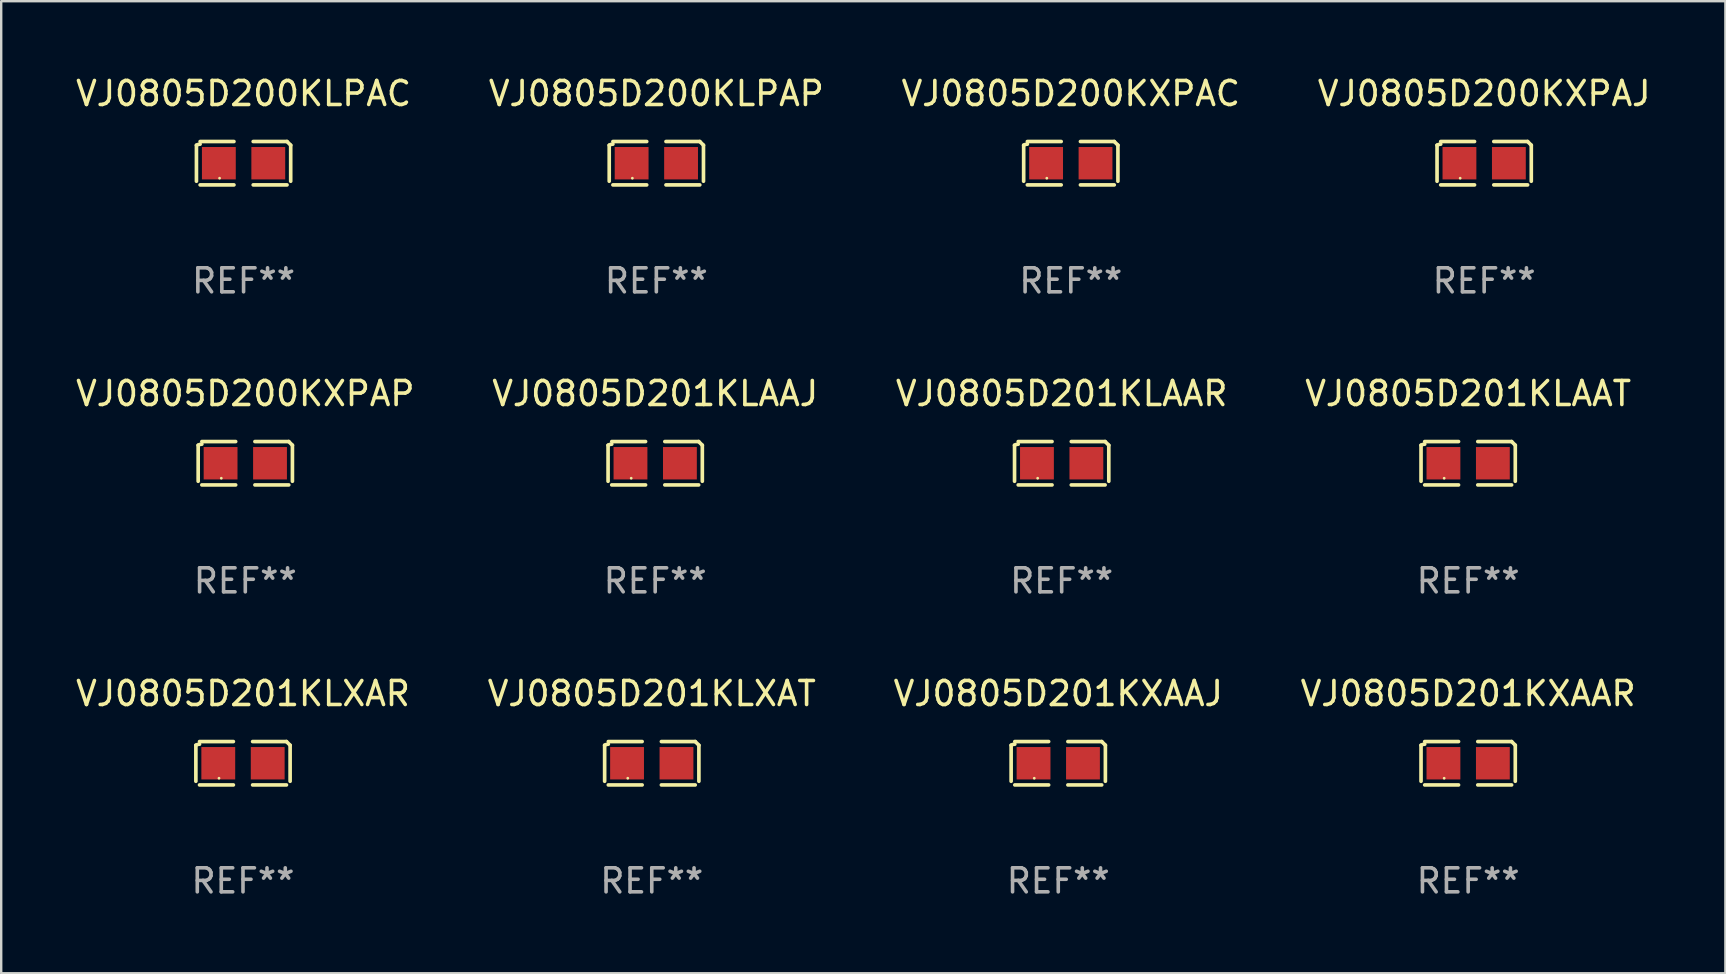
<source format=kicad_pcb>
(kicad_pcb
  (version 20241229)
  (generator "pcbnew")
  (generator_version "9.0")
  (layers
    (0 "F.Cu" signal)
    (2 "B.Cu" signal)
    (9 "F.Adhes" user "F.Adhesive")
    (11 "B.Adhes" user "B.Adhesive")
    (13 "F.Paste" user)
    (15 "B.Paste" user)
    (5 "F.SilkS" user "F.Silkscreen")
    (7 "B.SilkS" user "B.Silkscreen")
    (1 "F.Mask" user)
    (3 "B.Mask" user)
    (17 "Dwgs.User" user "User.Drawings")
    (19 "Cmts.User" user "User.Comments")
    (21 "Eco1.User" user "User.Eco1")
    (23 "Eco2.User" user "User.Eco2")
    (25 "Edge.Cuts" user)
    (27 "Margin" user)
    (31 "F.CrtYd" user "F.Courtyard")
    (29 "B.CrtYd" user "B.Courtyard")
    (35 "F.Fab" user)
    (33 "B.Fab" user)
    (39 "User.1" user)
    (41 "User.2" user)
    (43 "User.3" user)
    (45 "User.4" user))
  (footprint "VJ0805D200KXPAC"
    (layer "F.Cu")
    (at 41.577 3.752)
    (property "Reference" "VJ0805D200KXPAC" (at 0 -2.904 0) (layer "F.SilkS") (effects (font (size 1 1) (thickness 0.15))))
    (attr through_hole)
    (fp_line (start -1.964 0.751) (end -1.964 -0.751) (stroke (width 0.152) (type solid)) (layer "F.SilkS"))
    (fp_line (start -1.811 -0.904) (end -0.401 -0.904) (stroke (width 0.152) (type solid)) (layer "F.SilkS"))
    (fp_line (start -0.401 0.904) (end -1.811 0.904) (stroke (width 0.152) (type solid)) (layer "F.SilkS"))
    (fp_line (start 0.401 0.904) (end 1.811 0.904) (stroke (width 0.152) (type solid)) (layer "F.SilkS"))
    (fp_line (start 1.811 -0.904) (end 0.401 -0.904) (stroke (width 0.152) (type solid)) (layer "F.SilkS"))
    (fp_line (start 1.964 0.751) (end 1.964 -0.751) (stroke (width 0.152) (type solid)) (layer "F.SilkS"))
    (fp_arc (start -1.963602 -0.751207) (mid -1.890354 -0.783131) (end -1.811201 -0.794044) (stroke (width 0.1524) (type solid)) (layer "F.SilkS"))
    (fp_arc (start 1.811202 -0.903607) (mid 1.887413 -0.827418) (end 1.963602 -0.751207) (stroke (width 0.1524) (type solid)) (layer "F.SilkS"))
    (fp_circle (center -1 0.625) (end -0.97 0.625) (stroke (width 0.06) (type solid)) (fill no) (layer "F.SilkS"))
    (fp_text user "REF**" (at 0 4.904 0) (layer "F.Fab") (effects (font (size 1 1) (thickness 0.15))))
    (pad "1" smd rect (at -1.03 0) (size 1.41 1.35) (layers "F.Cu" "F.Mask" "F.Paste"))
    (pad "2" smd rect (at 1.03 0) (size 1.41 1.35) (layers "F.Cu" "F.Mask" "F.Paste")))
  (footprint "VJ0805D201KLXAR"
    (layer "F.Cu")
    (at 7.077 28.759)
    (property "Reference" "VJ0805D201KLXAR" (at 0 -2.904 0) (layer "F.SilkS") (effects (font (size 1 1) (thickness 0.15))))
    (attr through_hole)
    (fp_line (start -1.964 0.751) (end -1.964 -0.751) (stroke (width 0.152) (type solid)) (layer "F.SilkS"))
    (fp_line (start -1.811 -0.904) (end -0.401 -0.904) (stroke (width 0.152) (type solid)) (layer "F.SilkS"))
    (fp_line (start -0.401 0.904) (end -1.811 0.904) (stroke (width 0.152) (type solid)) (layer "F.SilkS"))
    (fp_line (start 0.401 0.904) (end 1.811 0.904) (stroke (width 0.152) (type solid)) (layer "F.SilkS"))
    (fp_line (start 1.811 -0.904) (end 0.401 -0.904) (stroke (width 0.152) (type solid)) (layer "F.SilkS"))
    (fp_line (start 1.964 0.751) (end 1.964 -0.751) (stroke (width 0.152) (type solid)) (layer "F.SilkS"))
    (fp_arc (start -1.963602 -0.751207) (mid -1.890354 -0.783131) (end -1.811201 -0.794044) (stroke (width 0.1524) (type solid)) (layer "F.SilkS"))
    (fp_arc (start 1.811202 -0.903607) (mid 1.887413 -0.827418) (end 1.963602 -0.751207) (stroke (width 0.1524) (type solid)) (layer "F.SilkS"))
    (fp_circle (center -1 0.625) (end -0.97 0.625) (stroke (width 0.06) (type solid)) (fill no) (layer "F.SilkS"))
    (fp_text user "REF**" (at 0 4.904 0) (layer "F.Fab") (effects (font (size 1 1) (thickness 0.15))))
    (pad "1" smd rect (at -1.03 0) (size 1.41 1.35) (layers "F.Cu" "F.Mask" "F.Paste"))
    (pad "2" smd rect (at 1.03 0) (size 1.41 1.35) (layers "F.Cu" "F.Mask" "F.Paste")))
  (footprint "VJ0805D201KLAAT"
    (layer "F.Cu")
    (at 58.137 16.256)
    (property "Reference" "VJ0805D201KLAAT" (at 0 -2.904 0) (layer "F.SilkS") (effects (font (size 1 1) (thickness 0.15))))
    (attr through_hole)
    (fp_line (start -1.964 0.751) (end -1.964 -0.751) (stroke (width 0.152) (type solid)) (layer "F.SilkS"))
    (fp_line (start -1.811 -0.904) (end -0.401 -0.904) (stroke (width 0.152) (type solid)) (layer "F.SilkS"))
    (fp_line (start -0.401 0.904) (end -1.811 0.904) (stroke (width 0.152) (type solid)) (layer "F.SilkS"))
    (fp_line (start 0.401 0.904) (end 1.811 0.904) (stroke (width 0.152) (type solid)) (layer "F.SilkS"))
    (fp_line (start 1.811 -0.904) (end 0.401 -0.904) (stroke (width 0.152) (type solid)) (layer "F.SilkS"))
    (fp_line (start 1.964 0.751) (end 1.964 -0.751) (stroke (width 0.152) (type solid)) (layer "F.SilkS"))
    (fp_arc (start -1.963602 -0.751207) (mid -1.890354 -0.783131) (end -1.811201 -0.794044) (stroke (width 0.1524) (type solid)) (layer "F.SilkS"))
    (fp_arc (start 1.811202 -0.903607) (mid 1.887413 -0.827418) (end 1.963602 -0.751207) (stroke (width 0.1524) (type solid)) (layer "F.SilkS"))
    (fp_circle (center -1 0.625) (end -0.97 0.625) (stroke (width 0.06) (type solid)) (fill no) (layer "F.SilkS"))
    (fp_text user "REF**" (at 0 4.904 0) (layer "F.Fab") (effects (font (size 1 1) (thickness 0.15))))
    (pad "1" smd rect (at -1.03 0) (size 1.41 1.35) (layers "F.Cu" "F.Mask" "F.Paste"))
    (pad "2" smd rect (at 1.03 0) (size 1.41 1.35) (layers "F.Cu" "F.Mask" "F.Paste")))
  (footprint "VJ0805D200KXPAJ"
    (layer "F.Cu")
    (at 58.804 3.752)
    (property "Reference" "VJ0805D200KXPAJ" (at 0 -2.904 0) (layer "F.SilkS") (effects (font (size 1 1) (thickness 0.15))))
    (attr through_hole)
    (fp_line (start -1.964 0.751) (end -1.964 -0.751) (stroke (width 0.152) (type solid)) (layer "F.SilkS"))
    (fp_line (start -1.811 -0.904) (end -0.401 -0.904) (stroke (width 0.152) (type solid)) (layer "F.SilkS"))
    (fp_line (start -0.401 0.904) (end -1.811 0.904) (stroke (width 0.152) (type solid)) (layer "F.SilkS"))
    (fp_line (start 0.401 0.904) (end 1.811 0.904) (stroke (width 0.152) (type solid)) (layer "F.SilkS"))
    (fp_line (start 1.811 -0.904) (end 0.401 -0.904) (stroke (width 0.152) (type solid)) (layer "F.SilkS"))
    (fp_line (start 1.964 0.751) (end 1.964 -0.751) (stroke (width 0.152) (type solid)) (layer "F.SilkS"))
    (fp_arc (start -1.963602 -0.751207) (mid -1.890354 -0.783131) (end -1.811201 -0.794044) (stroke (width 0.1524) (type solid)) (layer "F.SilkS"))
    (fp_arc (start 1.811202 -0.903607) (mid 1.887413 -0.827418) (end 1.963602 -0.751207) (stroke (width 0.1524) (type solid)) (layer "F.SilkS"))
    (fp_circle (center -1 0.625) (end -0.97 0.625) (stroke (width 0.06) (type solid)) (fill no) (layer "F.SilkS"))
    (fp_text user "REF**" (at 0 4.904 0) (layer "F.Fab") (effects (font (size 1 1) (thickness 0.15))))
    (pad "1" smd rect (at -1.03 0) (size 1.41 1.35) (layers "F.Cu" "F.Mask" "F.Paste"))
    (pad "2" smd rect (at 1.03 0) (size 1.41 1.35) (layers "F.Cu" "F.Mask" "F.Paste")))
  (footprint "VJ0805D201KLAAR"
    (layer "F.Cu")
    (at 41.196 16.256)
    (property "Reference" "VJ0805D201KLAAR" (at 0 -2.904 0) (layer "F.SilkS") (effects (font (size 1 1) (thickness 0.15))))
    (attr through_hole)
    (fp_line (start -1.964 0.751) (end -1.964 -0.751) (stroke (width 0.152) (type solid)) (layer "F.SilkS"))
    (fp_line (start -1.811 -0.904) (end -0.401 -0.904) (stroke (width 0.152) (type solid)) (layer "F.SilkS"))
    (fp_line (start -0.401 0.904) (end -1.811 0.904) (stroke (width 0.152) (type solid)) (layer "F.SilkS"))
    (fp_line (start 0.401 0.904) (end 1.811 0.904) (stroke (width 0.152) (type solid)) (layer "F.SilkS"))
    (fp_line (start 1.811 -0.904) (end 0.401 -0.904) (stroke (width 0.152) (type solid)) (layer "F.SilkS"))
    (fp_line (start 1.964 0.751) (end 1.964 -0.751) (stroke (width 0.152) (type solid)) (layer "F.SilkS"))
    (fp_arc (start -1.963602 -0.751207) (mid -1.890354 -0.783131) (end -1.811201 -0.794044) (stroke (width 0.1524) (type solid)) (layer "F.SilkS"))
    (fp_arc (start 1.811202 -0.903607) (mid 1.887413 -0.827418) (end 1.963602 -0.751207) (stroke (width 0.1524) (type solid)) (layer "F.SilkS"))
    (fp_circle (center -1 0.625) (end -0.97 0.625) (stroke (width 0.06) (type solid)) (fill no) (layer "F.SilkS"))
    (fp_text user "REF**" (at 0 4.904 0) (layer "F.Fab") (effects (font (size 1 1) (thickness 0.15))))
    (pad "1" smd rect (at -1.03 0) (size 1.41 1.35) (layers "F.Cu" "F.Mask" "F.Paste"))
    (pad "2" smd rect (at 1.03 0) (size 1.41 1.35) (layers "F.Cu" "F.Mask" "F.Paste")))
  (footprint "VJ0805D200KXPAP"
    (layer "F.Cu")
    (at 7.173 16.256)
    (property "Reference" "VJ0805D200KXPAP" (at 0 -2.904 0) (layer "F.SilkS") (effects (font (size 1 1) (thickness 0.15))))
    (attr through_hole)
    (fp_line (start -1.964 0.751) (end -1.964 -0.751) (stroke (width 0.152) (type solid)) (layer "F.SilkS"))
    (fp_line (start -1.811 -0.904) (end -0.401 -0.904) (stroke (width 0.152) (type solid)) (layer "F.SilkS"))
    (fp_line (start -0.401 0.904) (end -1.811 0.904) (stroke (width 0.152) (type solid)) (layer "F.SilkS"))
    (fp_line (start 0.401 0.904) (end 1.811 0.904) (stroke (width 0.152) (type solid)) (layer "F.SilkS"))
    (fp_line (start 1.811 -0.904) (end 0.401 -0.904) (stroke (width 0.152) (type solid)) (layer "F.SilkS"))
    (fp_line (start 1.964 0.751) (end 1.964 -0.751) (stroke (width 0.152) (type solid)) (layer "F.SilkS"))
    (fp_arc (start -1.963602 -0.751207) (mid -1.890354 -0.783131) (end -1.811201 -0.794044) (stroke (width 0.1524) (type solid)) (layer "F.SilkS"))
    (fp_arc (start 1.811202 -0.903607) (mid 1.887413 -0.827418) (end 1.963602 -0.751207) (stroke (width 0.1524) (type solid)) (layer "F.SilkS"))
    (fp_circle (center -1 0.625) (end -0.97 0.625) (stroke (width 0.06) (type solid)) (fill no) (layer "F.SilkS"))
    (fp_text user "REF**" (at 0 4.904 0) (layer "F.Fab") (effects (font (size 1 1) (thickness 0.15))))
    (pad "1" smd rect (at -1.03 0) (size 1.41 1.35) (layers "F.Cu" "F.Mask" "F.Paste"))
    (pad "2" smd rect (at 1.03 0) (size 1.41 1.35) (layers "F.Cu" "F.Mask" "F.Paste")))
  (footprint "VJ0805D201KLAAJ"
    (layer "F.Cu")
    (at 24.256 16.256)
    (property "Reference" "VJ0805D201KLAAJ" (at 0 -2.904 0) (layer "F.SilkS") (effects (font (size 1 1) (thickness 0.15))))
    (attr through_hole)
    (fp_line (start -1.964 0.751) (end -1.964 -0.751) (stroke (width 0.152) (type solid)) (layer "F.SilkS"))
    (fp_line (start -1.811 -0.904) (end -0.401 -0.904) (stroke (width 0.152) (type solid)) (layer "F.SilkS"))
    (fp_line (start -0.401 0.904) (end -1.811 0.904) (stroke (width 0.152) (type solid)) (layer "F.SilkS"))
    (fp_line (start 0.401 0.904) (end 1.811 0.904) (stroke (width 0.152) (type solid)) (layer "F.SilkS"))
    (fp_line (start 1.811 -0.904) (end 0.401 -0.904) (stroke (width 0.152) (type solid)) (layer "F.SilkS"))
    (fp_line (start 1.964 0.751) (end 1.964 -0.751) (stroke (width 0.152) (type solid)) (layer "F.SilkS"))
    (fp_arc (start -1.963602 -0.751207) (mid -1.890354 -0.783131) (end -1.811201 -0.794044) (stroke (width 0.1524) (type solid)) (layer "F.SilkS"))
    (fp_arc (start 1.811202 -0.903607) (mid 1.887413 -0.827418) (end 1.963602 -0.751207) (stroke (width 0.1524) (type solid)) (layer "F.SilkS"))
    (fp_circle (center -1 0.625) (end -0.97 0.625) (stroke (width 0.06) (type solid)) (fill no) (layer "F.SilkS"))
    (fp_text user "REF**" (at 0 4.904 0) (layer "F.Fab") (effects (font (size 1 1) (thickness 0.15))))
    (pad "1" smd rect (at -1.03 0) (size 1.41 1.35) (layers "F.Cu" "F.Mask" "F.Paste"))
    (pad "2" smd rect (at 1.03 0) (size 1.41 1.35) (layers "F.Cu" "F.Mask" "F.Paste")))
  (footprint "VJ0805D201KLXAT"
    (layer "F.Cu")
    (at 24.113 28.759)
    (property "Reference" "VJ0805D201KLXAT" (at 0 -2.904 0) (layer "F.SilkS") (effects (font (size 1 1) (thickness 0.15))))
    (attr through_hole)
    (fp_line (start -1.964 0.751) (end -1.964 -0.751) (stroke (width 0.152) (type solid)) (layer "F.SilkS"))
    (fp_line (start -1.811 -0.904) (end -0.401 -0.904) (stroke (width 0.152) (type solid)) (layer "F.SilkS"))
    (fp_line (start -0.401 0.904) (end -1.811 0.904) (stroke (width 0.152) (type solid)) (layer "F.SilkS"))
    (fp_line (start 0.401 0.904) (end 1.811 0.904) (stroke (width 0.152) (type solid)) (layer "F.SilkS"))
    (fp_line (start 1.811 -0.904) (end 0.401 -0.904) (stroke (width 0.152) (type solid)) (layer "F.SilkS"))
    (fp_line (start 1.964 0.751) (end 1.964 -0.751) (stroke (width 0.152) (type solid)) (layer "F.SilkS"))
    (fp_arc (start -1.963602 -0.751207) (mid -1.890354 -0.783131) (end -1.811201 -0.794044) (stroke (width 0.1524) (type solid)) (layer "F.SilkS"))
    (fp_arc (start 1.811202 -0.903607) (mid 1.887413 -0.827418) (end 1.963602 -0.751207) (stroke (width 0.1524) (type solid)) (layer "F.SilkS"))
    (fp_circle (center -1 0.625) (end -0.97 0.625) (stroke (width 0.06) (type solid)) (fill no) (layer "F.SilkS"))
    (fp_text user "REF**" (at 0 4.904 0) (layer "F.Fab") (effects (font (size 1 1) (thickness 0.15))))
    (pad "1" smd rect (at -1.03 0) (size 1.41 1.35) (layers "F.Cu" "F.Mask" "F.Paste"))
    (pad "2" smd rect (at 1.03 0) (size 1.41 1.35) (layers "F.Cu" "F.Mask" "F.Paste")))
  (footprint "VJ0805D201KXAAR"
    (layer "F.Cu")
    (at 58.137 28.759)
    (property "Reference" "VJ0805D201KXAAR" (at 0 -2.904 0) (layer "F.SilkS") (effects (font (size 1 1) (thickness 0.15))))
    (attr through_hole)
    (fp_line (start -1.964 0.751) (end -1.964 -0.751) (stroke (width 0.152) (type solid)) (layer "F.SilkS"))
    (fp_line (start -1.811 -0.904) (end -0.401 -0.904) (stroke (width 0.152) (type solid)) (layer "F.SilkS"))
    (fp_line (start -0.401 0.904) (end -1.811 0.904) (stroke (width 0.152) (type solid)) (layer "F.SilkS"))
    (fp_line (start 0.401 0.904) (end 1.811 0.904) (stroke (width 0.152) (type solid)) (layer "F.SilkS"))
    (fp_line (start 1.811 -0.904) (end 0.401 -0.904) (stroke (width 0.152) (type solid)) (layer "F.SilkS"))
    (fp_line (start 1.964 0.751) (end 1.964 -0.751) (stroke (width 0.152) (type solid)) (layer "F.SilkS"))
    (fp_arc (start -1.963602 -0.751207) (mid -1.890354 -0.783131) (end -1.811201 -0.794044) (stroke (width 0.1524) (type solid)) (layer "F.SilkS"))
    (fp_arc (start 1.811202 -0.903607) (mid 1.887413 -0.827418) (end 1.963602 -0.751207) (stroke (width 0.1524) (type solid)) (layer "F.SilkS"))
    (fp_circle (center -1 0.625) (end -0.97 0.625) (stroke (width 0.06) (type solid)) (fill no) (layer "F.SilkS"))
    (fp_text user "REF**" (at 0 4.904 0) (layer "F.Fab") (effects (font (size 1 1) (thickness 0.15))))
    (pad "1" smd rect (at -1.03 0) (size 1.41 1.35) (layers "F.Cu" "F.Mask" "F.Paste"))
    (pad "2" smd rect (at 1.03 0) (size 1.41 1.35) (layers "F.Cu" "F.Mask" "F.Paste")))
  (footprint "VJ0805D200KLPAP"
    (layer "F.Cu")
    (at 24.304 3.752)
    (property "Reference" "VJ0805D200KLPAP" (at 0 -2.904 0) (layer "F.SilkS") (effects (font (size 1 1) (thickness 0.15))))
    (attr through_hole)
    (fp_line (start -1.964 0.751) (end -1.964 -0.751) (stroke (width 0.152) (type solid)) (layer "F.SilkS"))
    (fp_line (start -1.811 -0.904) (end -0.401 -0.904) (stroke (width 0.152) (type solid)) (layer "F.SilkS"))
    (fp_line (start -0.401 0.904) (end -1.811 0.904) (stroke (width 0.152) (type solid)) (layer "F.SilkS"))
    (fp_line (start 0.401 0.904) (end 1.811 0.904) (stroke (width 0.152) (type solid)) (layer "F.SilkS"))
    (fp_line (start 1.811 -0.904) (end 0.401 -0.904) (stroke (width 0.152) (type solid)) (layer "F.SilkS"))
    (fp_line (start 1.964 0.751) (end 1.964 -0.751) (stroke (width 0.152) (type solid)) (layer "F.SilkS"))
    (fp_arc (start -1.963602 -0.751207) (mid -1.890354 -0.783131) (end -1.811201 -0.794044) (stroke (width 0.1524) (type solid)) (layer "F.SilkS"))
    (fp_arc (start 1.811202 -0.903607) (mid 1.887413 -0.827418) (end 1.963602 -0.751207) (stroke (width 0.1524) (type solid)) (layer "F.SilkS"))
    (fp_circle (center -1 0.625) (end -0.97 0.625) (stroke (width 0.06) (type solid)) (fill no) (layer "F.SilkS"))
    (fp_text user "REF**" (at 0 4.904 0) (layer "F.Fab") (effects (font (size 1 1) (thickness 0.15))))
    (pad "1" smd rect (at -1.03 0) (size 1.41 1.35) (layers "F.Cu" "F.Mask" "F.Paste"))
    (pad "2" smd rect (at 1.03 0) (size 1.41 1.35) (layers "F.Cu" "F.Mask" "F.Paste")))
  (footprint "VJ0805D201KXAAJ"
    (layer "F.Cu")
    (at 41.054 28.759)
    (property "Reference" "VJ0805D201KXAAJ" (at 0 -2.904 0) (layer "F.SilkS") (effects (font (size 1 1) (thickness 0.15))))
    (attr through_hole)
    (fp_line (start -1.964 0.751) (end -1.964 -0.751) (stroke (width 0.152) (type solid)) (layer "F.SilkS"))
    (fp_line (start -1.811 -0.904) (end -0.401 -0.904) (stroke (width 0.152) (type solid)) (layer "F.SilkS"))
    (fp_line (start -0.401 0.904) (end -1.811 0.904) (stroke (width 0.152) (type solid)) (layer "F.SilkS"))
    (fp_line (start 0.401 0.904) (end 1.811 0.904) (stroke (width 0.152) (type solid)) (layer "F.SilkS"))
    (fp_line (start 1.811 -0.904) (end 0.401 -0.904) (stroke (width 0.152) (type solid)) (layer "F.SilkS"))
    (fp_line (start 1.964 0.751) (end 1.964 -0.751) (stroke (width 0.152) (type solid)) (layer "F.SilkS"))
    (fp_arc (start -1.963602 -0.751207) (mid -1.890354 -0.783131) (end -1.811201 -0.794044) (stroke (width 0.1524) (type solid)) (layer "F.SilkS"))
    (fp_arc (start 1.811202 -0.903607) (mid 1.887413 -0.827418) (end 1.963602 -0.751207) (stroke (width 0.1524) (type solid)) (layer "F.SilkS"))
    (fp_circle (center -1 0.625) (end -0.97 0.625) (stroke (width 0.06) (type solid)) (fill no) (layer "F.SilkS"))
    (fp_text user "REF**" (at 0 4.904 0) (layer "F.Fab") (effects (font (size 1 1) (thickness 0.15))))
    (pad "1" smd rect (at -1.03 0) (size 1.41 1.35) (layers "F.Cu" "F.Mask" "F.Paste"))
    (pad "2" smd rect (at 1.03 0) (size 1.41 1.35) (layers "F.Cu" "F.Mask" "F.Paste")))
  (footprint "VJ0805D200KLPAC"
    (layer "F.Cu")
    (at 7.101 3.752)
    (property "Reference" "VJ0805D200KLPAC" (at 0 -2.904 0) (layer "F.SilkS") (effects (font (size 1 1) (thickness 0.15))))
    (attr through_hole)
    (fp_line (start -1.964 0.751) (end -1.964 -0.751) (stroke (width 0.152) (type solid)) (layer "F.SilkS"))
    (fp_line (start -1.811 -0.904) (end -0.401 -0.904) (stroke (width 0.152) (type solid)) (layer "F.SilkS"))
    (fp_line (start -0.401 0.904) (end -1.811 0.904) (stroke (width 0.152) (type solid)) (layer "F.SilkS"))
    (fp_line (start 0.401 0.904) (end 1.811 0.904) (stroke (width 0.152) (type solid)) (layer "F.SilkS"))
    (fp_line (start 1.811 -0.904) (end 0.401 -0.904) (stroke (width 0.152) (type solid)) (layer "F.SilkS"))
    (fp_line (start 1.964 0.751) (end 1.964 -0.751) (stroke (width 0.152) (type solid)) (layer "F.SilkS"))
    (fp_arc (start -1.963602 -0.751207) (mid -1.890354 -0.783131) (end -1.811201 -0.794044) (stroke (width 0.1524) (type solid)) (layer "F.SilkS"))
    (fp_arc (start 1.811202 -0.903607) (mid 1.887413 -0.827418) (end 1.963602 -0.751207) (stroke (width 0.1524) (type solid)) (layer "F.SilkS"))
    (fp_circle (center -1 0.625) (end -0.97 0.625) (stroke (width 0.06) (type solid)) (fill no) (layer "F.SilkS"))
    (fp_text user "REF**" (at 0 4.904 0) (layer "F.Fab") (effects (font (size 1 1) (thickness 0.15))))
    (pad "1" smd rect (at -1.03 0) (size 1.41 1.35) (layers "F.Cu" "F.Mask" "F.Paste"))
    (pad "2" smd rect (at 1.03 0) (size 1.41 1.35) (layers "F.Cu" "F.Mask" "F.Paste")))
  (gr_rect
    (start -3 -3)
    (end 68.857 37.511)
    (stroke (width 0.1) (type default))
    (fill no)
    (layer "Edge.Cuts")))
</source>
